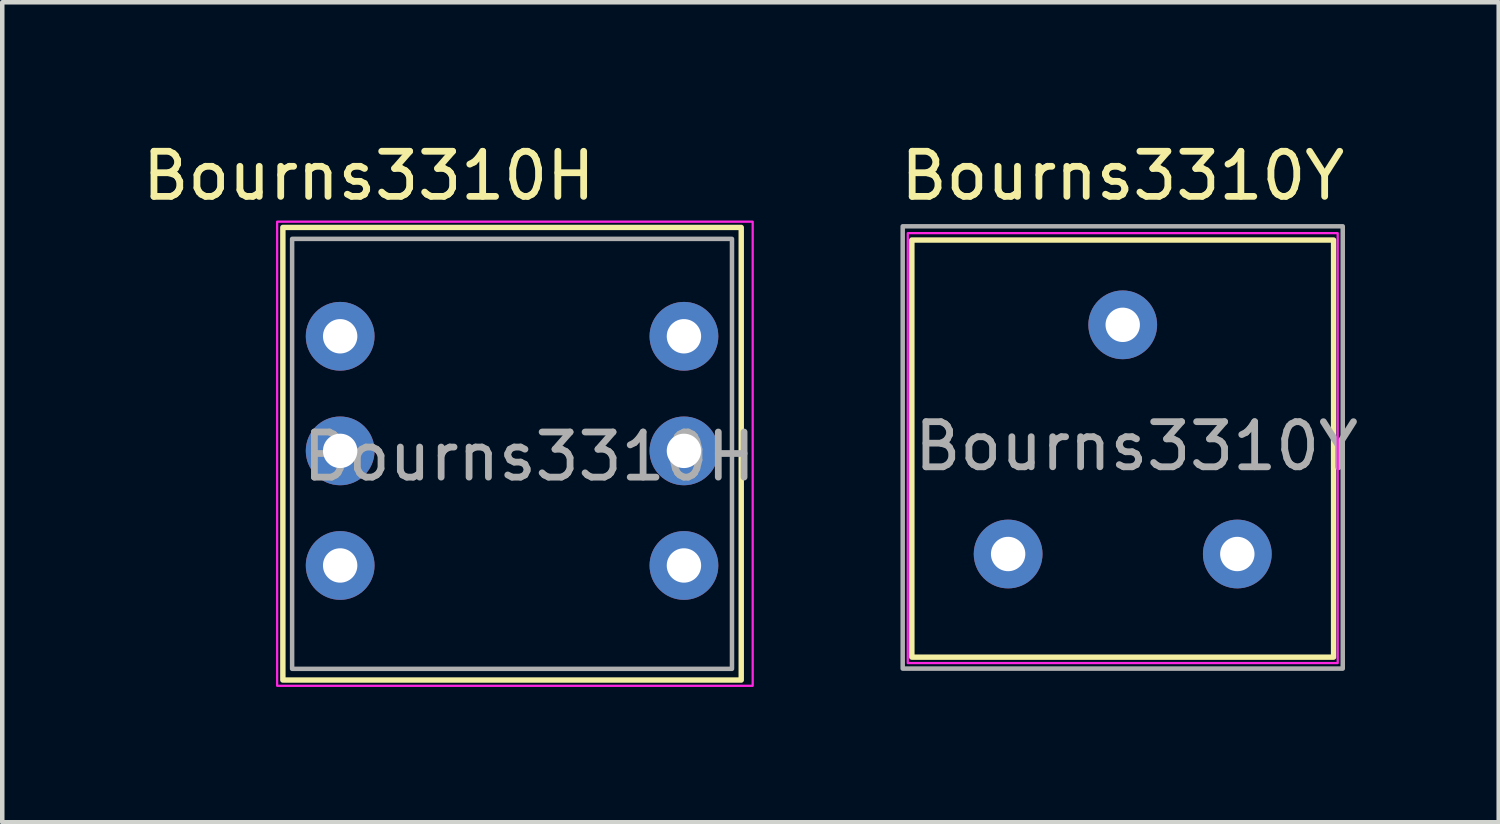
<source format=kicad_pcb>
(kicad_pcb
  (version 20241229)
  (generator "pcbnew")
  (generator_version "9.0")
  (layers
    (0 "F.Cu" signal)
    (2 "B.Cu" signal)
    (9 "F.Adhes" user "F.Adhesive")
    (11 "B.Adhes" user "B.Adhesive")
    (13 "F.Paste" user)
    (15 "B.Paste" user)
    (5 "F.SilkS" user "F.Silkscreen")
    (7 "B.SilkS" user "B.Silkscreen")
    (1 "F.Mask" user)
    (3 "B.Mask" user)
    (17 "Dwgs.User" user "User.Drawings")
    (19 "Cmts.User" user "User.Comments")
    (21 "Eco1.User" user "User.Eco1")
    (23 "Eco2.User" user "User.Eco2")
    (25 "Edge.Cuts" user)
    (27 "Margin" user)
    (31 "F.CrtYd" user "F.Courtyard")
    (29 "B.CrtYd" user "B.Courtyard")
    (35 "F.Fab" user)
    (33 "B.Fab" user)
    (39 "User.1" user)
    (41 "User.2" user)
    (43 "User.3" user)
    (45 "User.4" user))
  (footprint "Bourns3310Y"
    (layer "F.Cu")
    (at 19.296 9.23)
    (property "Reference" "Bourns3310Y" (at 2.54 -8.382 0) (unlocked yes) (layer "F.SilkS") (effects (font (size 1 1) (thickness 0.15))))
    (attr through_hole)
    (fp_rect (start -2.134 -6.96) (end 7.214 2.286) (stroke (width 0.12) (type solid)) (fill no) (layer "F.SilkS"))
    (fp_rect (start -2.225 -7.112) (end 7.305 2.418) (stroke (width 0.05) (type solid)) (fill no) (layer "F.CrtYd"))
    (fp_rect (start -2.337 -7.264) (end 7.417 2.54) (stroke (width 0.1) (type solid)) (fill no) (layer "F.Fab"))
    (fp_text user "${REFERENCE}" (at 2.845 -2.388 0) (unlocked yes) (layer "F.Fab") (effects (font (size 1 1) (thickness 0.15))))
    (pad "1" thru_hole circle (at 0 0) (size 1.524 1.524) (drill 0.762) (layers "*.Cu" "*.Mask"))
    (pad "2" thru_hole circle (at 2.54 -5.08) (size 1.524 1.524) (drill 0.762) (layers "*.Cu" "*.Mask"))
    (pad "3" thru_hole circle (at 5.08 0) (size 1.524 1.524) (drill 0.762) (layers "*.Cu" "*.Mask")))
  (footprint "Bourns3310H"
    (layer "F.Cu")
    (at 12.11 4.404)
    (property "Reference" "Bourns3310H" (at -6.985 -3.556 0) (unlocked yes) (layer "F.SilkS") (effects (font (size 1 1) (thickness 0.15))))
    (attr through_hole)
    (fp_rect (start -8.89 -2.413) (end 1.27 7.62) (stroke (width 0.12) (type solid)) (fill no) (layer "F.SilkS"))
    (fp_rect (start -9.017 -2.54) (end 1.524 7.747) (stroke (width 0.05) (type solid)) (fill no) (layer "F.CrtYd"))
    (fp_rect (start 1.065 -2.159) (end -8.685 7.371) (stroke (width 0.1) (type solid)) (fill no) (layer "F.Fab"))
    (fp_text user "${REFERENCE}" (at -3.429 2.667 0) (unlocked yes) (layer "F.Fab") (effects (font (size 1 1) (thickness 0.15))))
    (pad "1" thru_hole circle (at 0 0) (size 1.524 1.524) (drill 0.762) (layers "*.Cu" "*.Mask"))
    (pad "2" thru_hole circle (at 0 2.54) (size 1.524 1.524) (drill 0.762) (layers "*.Cu" "*.Mask"))
    (pad "3" thru_hole circle (at 0 5.08) (size 1.524 1.524) (drill 0.762) (layers "*.Cu" "*.Mask"))
    (pad "4" thru_hole circle (at -7.62 0) (size 1.524 1.524) (drill 0.762) (layers "*.Cu" "*.Mask"))
    (pad "5" thru_hole circle (at -7.62 2.54) (size 1.524 1.524) (drill 0.762) (layers "*.Cu" "*.Mask"))
    (pad "6" thru_hole circle (at -7.62 5.08) (size 1.524 1.524) (drill 0.762) (layers "*.Cu" "*.Mask")))
  (gr_rect
    (start -3 -3)
    (end 30.17 15.176)
    (stroke (width 0.1) (type default))
    (fill no)
    (layer "Edge.Cuts")))
</source>
